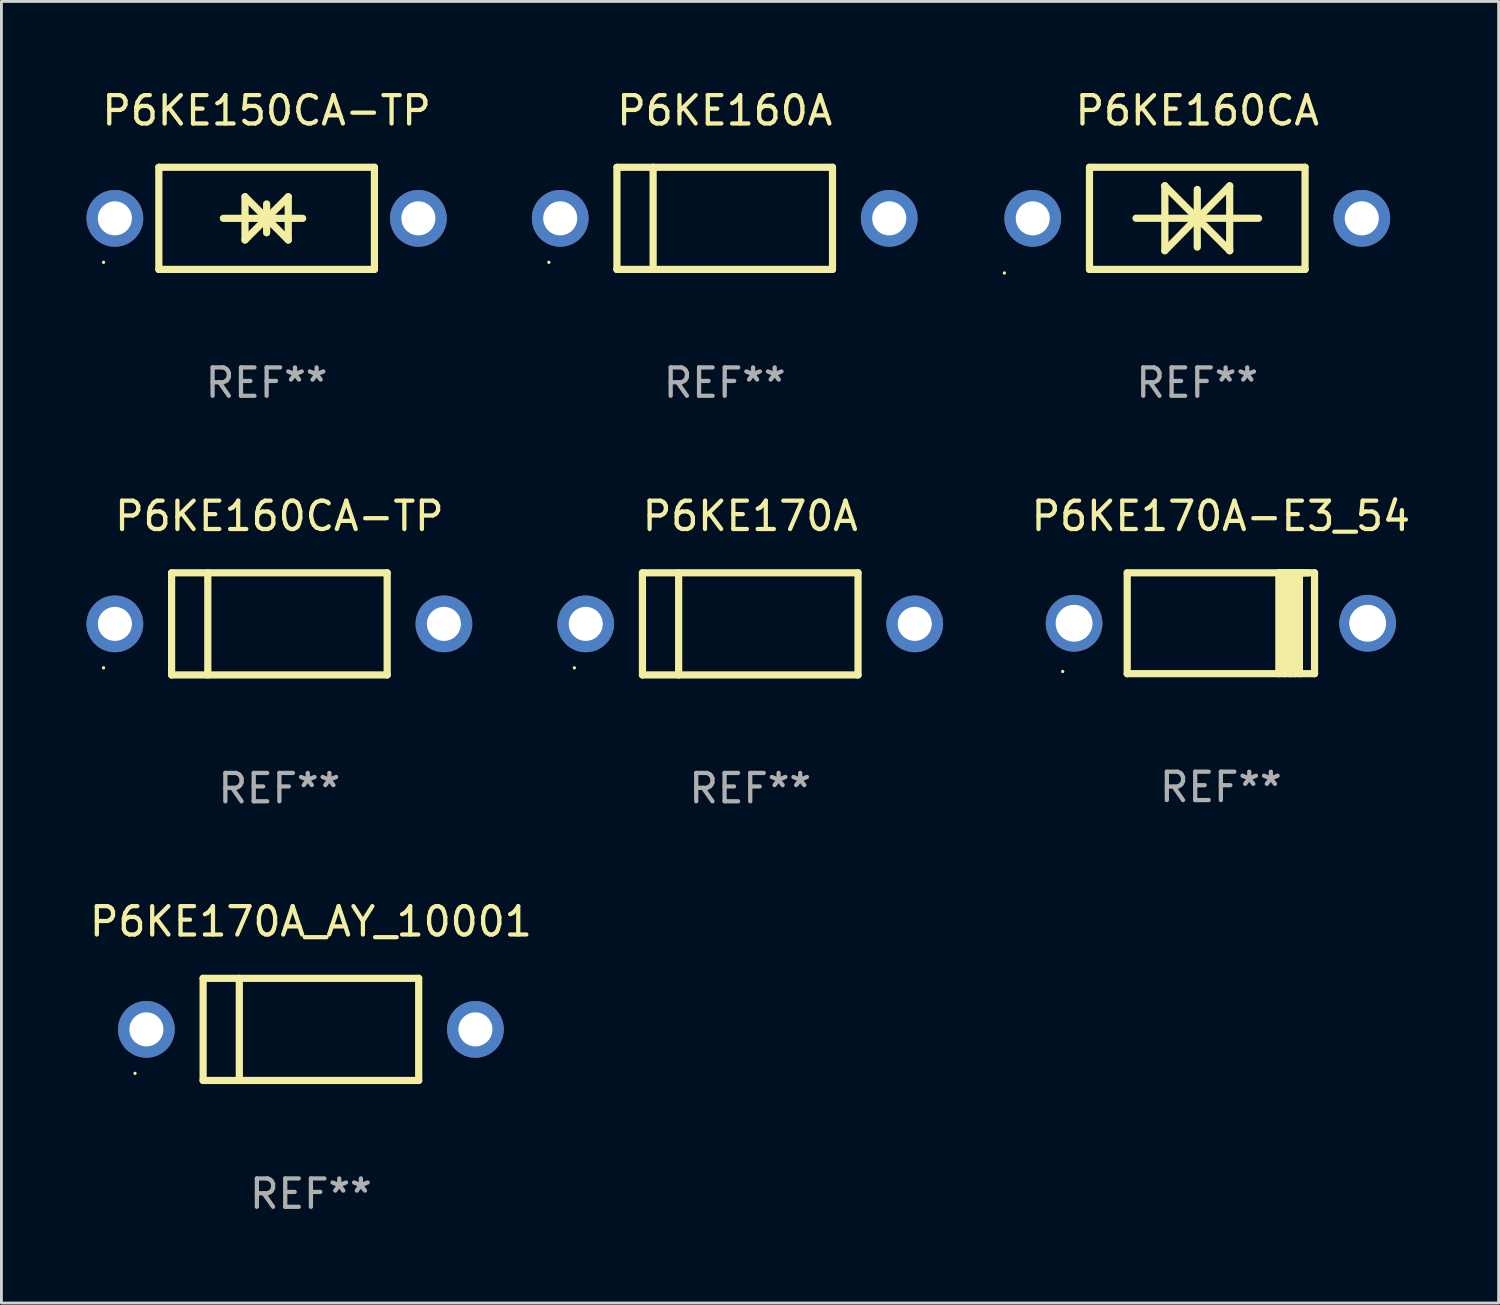
<source format=kicad_pcb>
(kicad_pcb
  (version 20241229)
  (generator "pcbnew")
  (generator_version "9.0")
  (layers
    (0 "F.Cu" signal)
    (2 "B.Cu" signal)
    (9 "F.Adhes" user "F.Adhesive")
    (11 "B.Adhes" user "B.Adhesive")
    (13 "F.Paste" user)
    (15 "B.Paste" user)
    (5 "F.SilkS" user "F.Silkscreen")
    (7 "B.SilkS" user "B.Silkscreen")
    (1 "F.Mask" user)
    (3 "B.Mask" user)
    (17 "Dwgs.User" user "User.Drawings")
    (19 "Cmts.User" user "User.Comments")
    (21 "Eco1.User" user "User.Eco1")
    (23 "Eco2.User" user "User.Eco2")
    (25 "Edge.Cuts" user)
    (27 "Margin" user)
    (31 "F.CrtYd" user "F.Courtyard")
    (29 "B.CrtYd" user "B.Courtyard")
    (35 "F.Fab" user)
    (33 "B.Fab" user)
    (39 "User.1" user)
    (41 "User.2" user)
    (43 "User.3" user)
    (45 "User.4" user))
  (footprint "P6KE160A"
    (layer "F.Cu")
    (at 22.5 4.648)
    (property "Reference" "P6KE160A" (at 0 -3.8 0) (layer "F.SilkS") (effects (font (size 1 1) (thickness 0.15))))
    (attr through_hole)
    (fp_line (start -3.8 -1.8) (end -3.8 1.8) (stroke (width 0.254) (type solid)) (layer "F.SilkS"))
    (fp_line (start -3.8 -1.8) (end 3.8 -1.8) (stroke (width 0.254) (type solid)) (layer "F.SilkS"))
    (fp_line (start -3.8 1.8) (end 3.8 1.8) (stroke (width 0.254) (type solid)) (layer "F.SilkS"))
    (fp_line (start -2.524 -1.8) (end -2.524 1.8) (stroke (width 0.254) (type solid)) (layer "F.SilkS"))
    (fp_line (start 3.8 -1.8) (end 3.8 1.8) (stroke (width 0.254) (type solid)) (layer "F.SilkS"))
    (fp_circle (center -6.2 1.55) (end -6.17 1.55) (stroke (width 0.06) (type solid)) (fill no) (layer "F.SilkS"))
    (fp_text user "REF**" (at 0 5.8 0) (layer "F.Fab") (effects (font (size 1 1) (thickness 0.15))))
    (pad "1" thru_hole circle (at -5.8 0) (size 2 2) (drill 1.2) (layers "*.Cu" "*.Mask"))
    (pad "2" thru_hole circle (at 5.8 0) (size 2 2) (drill 1.2) (layers "*.Cu" "*.Mask")))
  (footprint "P6KE170A-E3_54"
    (layer "F.Cu")
    (at 39.992 18.923)
    (property "Reference" "P6KE170A-E3_54" (at 0 -3.778 0) (layer "F.SilkS") (effects (font (size 1 1) (thickness 0.15))))
    (attr through_hole)
    (fp_line (start -3.302 -1.778) (end -3.302 1.778) (stroke (width 0.254) (type solid)) (layer "F.SilkS"))
    (fp_line (start -3.302 1.778) (end 3.302 1.778) (stroke (width 0.254) (type solid)) (layer "F.SilkS"))
    (fp_line (start 2.045 -1.778) (end 2.045 1.778) (stroke (width 0.254) (type solid)) (layer "F.SilkS"))
    (fp_line (start 2.261 -1.778) (end 2.261 1.778) (stroke (width 0.254) (type solid)) (layer "F.SilkS"))
    (fp_line (start 2.421 -1.778) (end 2.045 -1.778) (stroke (width 0.254) (type solid)) (layer "F.SilkS"))
    (fp_line (start 2.439 -1.778) (end 2.439 1.778) (stroke (width 0.254) (type solid)) (layer "F.SilkS"))
    (fp_line (start 2.579 -1.778) (end 2.261 -1.778) (stroke (width 0.254) (type solid)) (layer "F.SilkS"))
    (fp_line (start 2.604 -1.778) (end 2.604 1.778) (stroke (width 0.254) (type solid)) (layer "F.SilkS"))
    (fp_line (start 2.757 -1.778) (end 2.439 -1.778) (stroke (width 0.254) (type solid)) (layer "F.SilkS"))
    (fp_line (start 2.769 -1.778) (end 2.769 1.778) (stroke (width 0.254) (type solid)) (layer "F.SilkS"))
    (fp_line (start 2.922 -1.778) (end 2.604 -1.778) (stroke (width 0.254) (type solid)) (layer "F.SilkS"))
    (fp_line (start 3.087 -1.778) (end 2.769 -1.778) (stroke (width 0.254) (type solid)) (layer "F.SilkS"))
    (fp_line (start 3.302 -1.778) (end -3.302 -1.778) (stroke (width 0.254) (type solid)) (layer "F.SilkS"))
    (fp_line (start 3.302 1.778) (end 3.302 -1.778) (stroke (width 0.254) (type solid)) (layer "F.SilkS"))
    (fp_circle (center -5.576 1.7) (end -5.546 1.7) (stroke (width 0.06) (type solid)) (fill no) (layer "F.SilkS"))
    (fp_text user "REF**" (at 0 5.778 0) (layer "F.Fab") (effects (font (size 1 1) (thickness 0.15))))
    (pad "1" thru_hole circle (at -5.175 0) (size 2 2) (drill 1.3) (layers "*.Cu" "*.Mask"))
    (pad "2" thru_hole circle (at 5.175 0) (size 2 2) (drill 1.3) (layers "*.Cu" "*.Mask")))
  (footprint "P6KE150CA-TP"
    (layer "F.Cu")
    (at 6.35 4.648)
    (property "Reference" "P6KE150CA-TP" (at 0 -3.8 0) (layer "F.SilkS") (effects (font (size 1 1) (thickness 0.15))))
    (attr through_hole)
    (fp_line (start -3.8 -1.8) (end -3.8 1.8) (stroke (width 0.254) (type solid)) (layer "F.SilkS"))
    (fp_line (start -3.8 -1.8) (end 3.8 -1.8) (stroke (width 0.254) (type solid)) (layer "F.SilkS"))
    (fp_line (start -3.8 1.8) (end 3.8 1.8) (stroke (width 0.254) (type solid)) (layer "F.SilkS"))
    (fp_line (start -1.524 0) (end 1.27 0) (stroke (width 0.254) (type solid)) (layer "F.SilkS"))
    (fp_line (start -0.762 -0.762) (end 0.762 0.762) (stroke (width 0.254) (type solid)) (layer "F.SilkS"))
    (fp_line (start -0.762 0.762) (end -0.762 -0.762) (stroke (width 0.254) (type solid)) (layer "F.SilkS"))
    (fp_line (start 0 -0.508) (end 0 0.508) (stroke (width 0.254) (type solid)) (layer "F.SilkS"))
    (fp_line (start 0.762 -0.762) (end -0.762 0.762) (stroke (width 0.254) (type solid)) (layer "F.SilkS"))
    (fp_line (start 0.762 0.762) (end 0.762 -0.762) (stroke (width 0.254) (type solid)) (layer "F.SilkS"))
    (fp_line (start 3.8 -1.8) (end 3.8 1.8) (stroke (width 0.254) (type solid)) (layer "F.SilkS"))
    (fp_circle (center -5.75 1.55) (end -5.72 1.55) (stroke (width 0.06) (type solid)) (fill no) (layer "F.SilkS"))
    (fp_text user "REF**" (at 0 5.8 0) (layer "F.Fab") (effects (font (size 1 1) (thickness 0.15))))
    (pad "1" thru_hole circle (at -5.35 0) (size 2 2) (drill 1.2) (layers "*.Cu" "*.Mask"))
    (pad "2" thru_hole circle (at 5.35 0) (size 2 2) (drill 1.2) (layers "*.Cu" "*.Mask")))
  (footprint "P6KE170A"
    (layer "F.Cu")
    (at 23.4 18.945)
    (property "Reference" "P6KE170A" (at 0 -3.8 0) (layer "F.SilkS") (effects (font (size 1 1) (thickness 0.15))))
    (attr through_hole)
    (fp_line (start -3.8 -1.8) (end -3.8 1.8) (stroke (width 0.254) (type solid)) (layer "F.SilkS"))
    (fp_line (start -3.8 -1.8) (end 3.8 -1.8) (stroke (width 0.254) (type solid)) (layer "F.SilkS"))
    (fp_line (start -3.8 1.8) (end 3.8 1.8) (stroke (width 0.254) (type solid)) (layer "F.SilkS"))
    (fp_line (start -2.524 -1.8) (end -2.524 1.8) (stroke (width 0.254) (type solid)) (layer "F.SilkS"))
    (fp_line (start 3.8 -1.8) (end 3.8 1.8) (stroke (width 0.254) (type solid)) (layer "F.SilkS"))
    (fp_circle (center -6.2 1.55) (end -6.17 1.55) (stroke (width 0.06) (type solid)) (fill no) (layer "F.SilkS"))
    (fp_text user "REF**" (at 0 5.8 0) (layer "F.Fab") (effects (font (size 1 1) (thickness 0.15))))
    (pad "1" thru_hole circle (at -5.8 0) (size 2 2) (drill 1.2) (layers "*.Cu" "*.Mask"))
    (pad "2" thru_hole circle (at 5.8 0) (size 2 2) (drill 1.2) (layers "*.Cu" "*.Mask")))
  (footprint "P6KE160CA-TP"
    (layer "F.Cu")
    (at 6.8 18.945)
    (property "Reference" "P6KE160CA-TP" (at 0 -3.8 0) (layer "F.SilkS") (effects (font (size 1 1) (thickness 0.15))))
    (attr through_hole)
    (fp_line (start -3.8 -1.8) (end -3.8 1.8) (stroke (width 0.254) (type solid)) (layer "F.SilkS"))
    (fp_line (start -3.8 -1.8) (end 3.8 -1.8) (stroke (width 0.254) (type solid)) (layer "F.SilkS"))
    (fp_line (start -3.8 1.8) (end 3.8 1.8) (stroke (width 0.254) (type solid)) (layer "F.SilkS"))
    (fp_line (start -2.524 -1.8) (end -2.524 1.8) (stroke (width 0.254) (type solid)) (layer "F.SilkS"))
    (fp_line (start 3.8 -1.8) (end 3.8 1.8) (stroke (width 0.254) (type solid)) (layer "F.SilkS"))
    (fp_circle (center -6.2 1.55) (end -6.17 1.55) (stroke (width 0.06) (type solid)) (fill no) (layer "F.SilkS"))
    (fp_text user "REF**" (at 0 5.8 0) (layer "F.Fab") (effects (font (size 1 1) (thickness 0.15))))
    (pad "1" thru_hole circle (at -5.8 0) (size 2 2) (drill 1.2) (layers "*.Cu" "*.Mask"))
    (pad "2" thru_hole circle (at 5.8 0) (size 2 2) (drill 1.2) (layers "*.Cu" "*.Mask")))
  (footprint "P6KE170A_AY_10001"
    (layer "F.Cu")
    (at 7.911 33.241)
    (property "Reference" "P6KE170A_AY_10001" (at 0 -3.8 0) (layer "F.SilkS") (effects (font (size 1 1) (thickness 0.15))))
    (attr through_hole)
    (fp_line (start -3.8 -1.8) (end -3.8 1.8) (stroke (width 0.254) (type solid)) (layer "F.SilkS"))
    (fp_line (start -3.8 -1.8) (end 3.8 -1.8) (stroke (width 0.254) (type solid)) (layer "F.SilkS"))
    (fp_line (start -3.8 1.8) (end 3.8 1.8) (stroke (width 0.254) (type solid)) (layer "F.SilkS"))
    (fp_line (start -2.524 -1.8) (end -2.524 1.8) (stroke (width 0.254) (type solid)) (layer "F.SilkS"))
    (fp_line (start 3.8 -1.8) (end 3.8 1.8) (stroke (width 0.254) (type solid)) (layer "F.SilkS"))
    (fp_circle (center -6.2 1.55) (end -6.17 1.55) (stroke (width 0.06) (type solid)) (fill no) (layer "F.SilkS"))
    (fp_text user "REF**" (at 0 5.8 0) (layer "F.Fab") (effects (font (size 1 1) (thickness 0.15))))
    (pad "1" thru_hole circle (at -5.8 0) (size 2 2) (drill 1.2) (layers "*.Cu" "*.Mask"))
    (pad "2" thru_hole circle (at 5.8 0) (size 2 2) (drill 1.2) (layers "*.Cu" "*.Mask")))
  (footprint "P6KE160CA"
    (layer "F.Cu")
    (at 39.16 4.648)
    (property "Reference" "P6KE160CA" (at 0 -3.8 0) (layer "F.SilkS") (effects (font (size 1 1) (thickness 0.15))))
    (attr through_hole)
    (fp_line (start -3.8 -1.8) (end -3.8 1.8) (stroke (width 0.254) (type solid)) (layer "F.SilkS"))
    (fp_line (start -3.8 -1.8) (end 3.8 -1.8) (stroke (width 0.254) (type solid)) (layer "F.SilkS"))
    (fp_line (start -3.8 1.8) (end 3.8 1.8) (stroke (width 0.254) (type solid)) (layer "F.SilkS"))
    (fp_line (start -2.159 -0.003) (end 2.159 -0.003) (stroke (width 0.254) (type solid)) (layer "F.SilkS"))
    (fp_line (start -1.143 -1.146) (end -1.143 1.14) (stroke (width 0.254) (type solid)) (layer "F.SilkS"))
    (fp_line (start -1.143 -1.143) (end -1.143 -1.146) (stroke (width 0.254) (type solid)) (layer "F.SilkS"))
    (fp_line (start 0 -1.019) (end 0 1.013) (stroke (width 0.254) (type solid)) (layer "F.SilkS"))
    (fp_line (start 0 -0.026) (end -1.143 1.14) (stroke (width 0.254) (type solid)) (layer "F.SilkS"))
    (fp_line (start 0 -0.006) (end 1.143 1.137) (stroke (width 0.254) (type solid)) (layer "F.SilkS"))
    (fp_line (start 0 0) (end -1.143 -1.143) (stroke (width 0.254) (type solid)) (layer "F.SilkS"))
    (fp_line (start 0 0.02) (end 1.143 -1.146) (stroke (width 0.254) (type solid)) (layer "F.SilkS"))
    (fp_line (start 1.143 1.137) (end 1.143 1.14) (stroke (width 0.254) (type solid)) (layer "F.SilkS"))
    (fp_line (start 1.143 1.14) (end 1.143 -1.146) (stroke (width 0.254) (type solid)) (layer "F.SilkS"))
    (fp_line (start 3.8 -1.8) (end 3.8 1.8) (stroke (width 0.254) (type solid)) (layer "F.SilkS"))
    (fp_circle (center -6.8 1.927) (end -6.77 1.927) (stroke (width 0.06) (type solid)) (fill no) (layer "F.SilkS"))
    (fp_text user "REF**" (at 0 5.8 0) (layer "F.Fab") (effects (font (size 1 1) (thickness 0.15))))
    (pad "1" thru_hole circle (at -5.8 0) (size 2 2) (drill 1.2) (layers "*.Cu" "*.Mask"))
    (pad "2" thru_hole circle (at 5.8 0) (size 2 2) (drill 1.2) (layers "*.Cu" "*.Mask")))
  (gr_rect
    (start -3 -3)
    (end 49.784 42.889)
    (stroke (width 0.1) (type default))
    (fill no)
    (layer "Edge.Cuts")))
</source>
